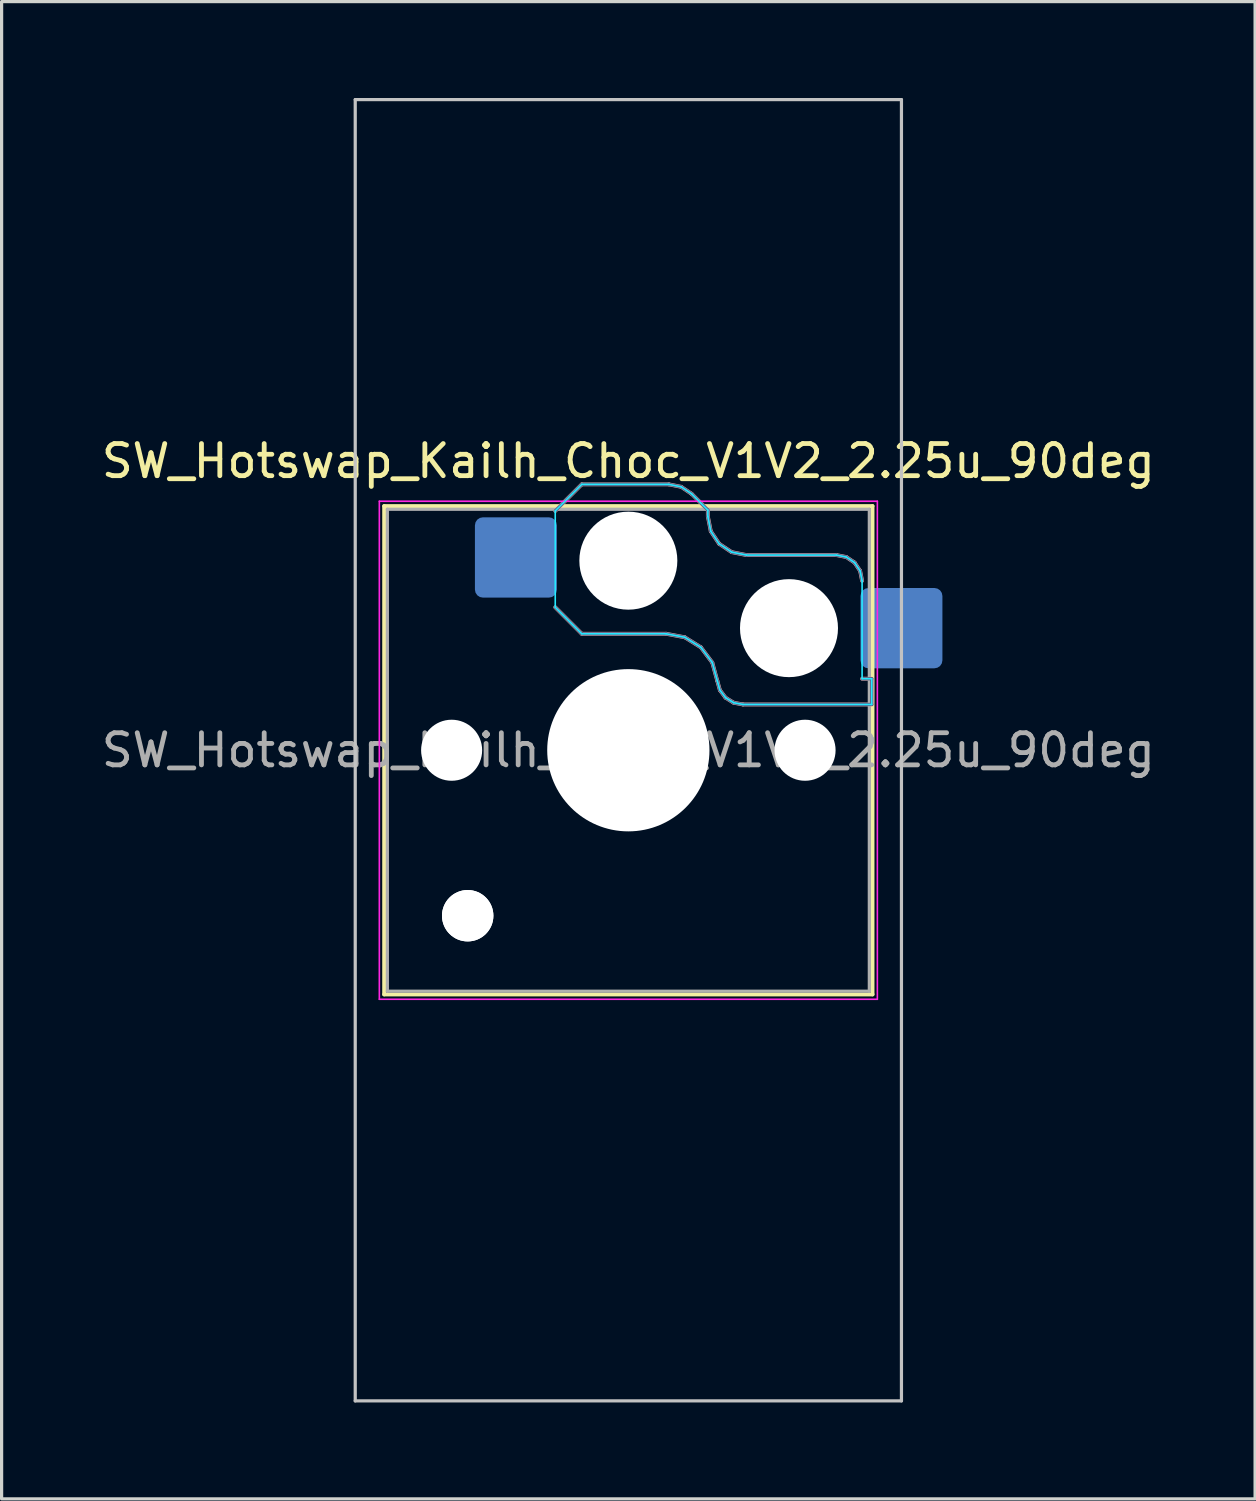
<source format=kicad_pcb>
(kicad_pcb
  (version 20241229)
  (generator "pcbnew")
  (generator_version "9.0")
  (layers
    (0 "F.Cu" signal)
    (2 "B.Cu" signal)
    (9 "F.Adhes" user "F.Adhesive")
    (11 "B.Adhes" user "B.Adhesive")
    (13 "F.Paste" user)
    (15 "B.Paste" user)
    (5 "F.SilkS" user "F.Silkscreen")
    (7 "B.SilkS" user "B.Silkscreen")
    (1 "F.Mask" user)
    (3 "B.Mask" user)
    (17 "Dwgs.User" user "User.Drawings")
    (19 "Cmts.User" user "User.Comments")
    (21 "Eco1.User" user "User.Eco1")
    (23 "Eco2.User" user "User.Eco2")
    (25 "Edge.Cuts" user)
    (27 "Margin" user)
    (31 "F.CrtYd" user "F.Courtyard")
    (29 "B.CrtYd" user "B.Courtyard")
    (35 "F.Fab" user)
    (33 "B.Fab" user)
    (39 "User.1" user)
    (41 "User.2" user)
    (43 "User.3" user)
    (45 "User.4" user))
  (footprint "SW_Hotswap_Kailh_Choc_V1V2_2.25u_90deg"
    (layer "F.Cu")
    (at 16.506 20.3)
    (property "Reference" "SW_Hotswap_Kailh_Choc_V1V2_2.25u_90deg" (at 0 -9 0) (layer "F.SilkS") (effects (font (size 1 1) (thickness 0.15))))
    (attr smd)
    (fp_line (start -7.6 -7.6) (end -7.6 7.6) (stroke (width 0.12) (type solid)) (layer "F.SilkS"))
    (fp_line (start -7.6 7.6) (end 7.6 7.6) (stroke (width 0.12) (type solid)) (layer "F.SilkS"))
    (fp_line (start 7.6 -7.6) (end -7.6 -7.6) (stroke (width 0.12) (type solid)) (layer "F.SilkS"))
    (fp_line (start 7.6 7.6) (end 7.6 -7.6) (stroke (width 0.12) (type solid)) (layer "F.SilkS"))
    (fp_line (start -2.275 -7.45) (end -1.45 -8.275) (stroke (width 0.12) (type solid)) (layer "B.SilkS"))
    (fp_line (start -1.45 -8.275) (end 1.261 -8.275) (stroke (width 0.12) (type solid)) (layer "B.SilkS"))
    (fp_line (start -1.45 -3.625) (end -2.275 -4.45) (stroke (width 0.12) (type solid)) (layer "B.SilkS"))
    (fp_line (start 1.175 -3.625) (end -1.45 -3.625) (stroke (width 0.12) (type solid)) (layer "B.SilkS"))
    (fp_line (start 1.261 -8.275) (end 1.643 -8.199) (stroke (width 0.12) (type solid)) (layer "B.SilkS"))
    (fp_line (start 1.643 -8.199) (end 1.968 -7.982) (stroke (width 0.12) (type solid)) (layer "B.SilkS"))
    (fp_line (start 1.756 -3.516) (end 1.175 -3.625) (stroke (width 0.12) (type solid)) (layer "B.SilkS"))
    (fp_line (start 1.968 -7.982) (end 2.475 -7.475) (stroke (width 0.12) (type solid)) (layer "B.SilkS"))
    (fp_line (start 2.258 -3.203) (end 1.756 -3.516) (stroke (width 0.12) (type solid)) (layer "B.SilkS"))
    (fp_line (start 2.475 -7.475) (end 2.475 -7.275) (stroke (width 0.12) (type solid)) (layer "B.SilkS"))
    (fp_line (start 2.475 -7.275) (end 2.566 -6.816) (stroke (width 0.12) (type solid)) (layer "B.SilkS"))
    (fp_line (start 2.566 -6.816) (end 2.826 -6.426) (stroke (width 0.12) (type solid)) (layer "B.SilkS"))
    (fp_line (start 2.612 -2.729) (end 2.258 -3.203) (stroke (width 0.12) (type solid)) (layer "B.SilkS"))
    (fp_line (start 2.769 -2.158) (end 2.612 -2.729) (stroke (width 0.12) (type solid)) (layer "B.SilkS"))
    (fp_line (start 2.826 -6.426) (end 3.216 -6.166) (stroke (width 0.12) (type solid)) (layer "B.SilkS"))
    (fp_line (start 2.848 -1.873) (end 2.769 -2.158) (stroke (width 0.12) (type solid)) (layer "B.SilkS"))
    (fp_line (start 3.025 -1.636) (end 2.848 -1.873) (stroke (width 0.12) (type solid)) (layer "B.SilkS"))
    (fp_line (start 3.216 -6.166) (end 3.675 -6.075) (stroke (width 0.12) (type solid)) (layer "B.SilkS"))
    (fp_line (start 3.276 -1.48) (end 3.025 -1.636) (stroke (width 0.12) (type solid)) (layer "B.SilkS"))
    (fp_line (start 3.567 -1.425) (end 3.276 -1.48) (stroke (width 0.12) (type solid)) (layer "B.SilkS"))
    (fp_line (start 3.675 -6.075) (end 6.475 -6.075) (stroke (width 0.12) (type solid)) (layer "B.SilkS"))
    (fp_line (start 6.475 -6.075) (end 6.781 -6.014) (stroke (width 0.12) (type solid)) (layer "B.SilkS"))
    (fp_line (start 6.781 -6.014) (end 7.041 -5.841) (stroke (width 0.12) (type solid)) (layer "B.SilkS"))
    (fp_line (start 7.041 -5.841) (end 7.214 -5.581) (stroke (width 0.12) (type solid)) (layer "B.SilkS"))
    (fp_line (start 7.214 -5.581) (end 7.275 -5.275) (stroke (width 0.12) (type solid)) (layer "B.SilkS"))
    (fp_line (start 7.275 -2.225) (end 7.575 -2.225) (stroke (width 0.12) (type solid)) (layer "B.SilkS"))
    (fp_line (start 7.575 -2.225) (end 7.575 -1.425) (stroke (width 0.12) (type solid)) (layer "B.SilkS"))
    (fp_line (start 7.575 -1.425) (end 3.567 -1.425) (stroke (width 0.12) (type solid)) (layer "B.SilkS"))
    (fp_line (start -8.5 -20.25) (end 8.5 -20.25) (stroke (width 0.1) (type solid)) (layer "Dwgs.User"))
    (fp_line (start -8.5 20.25) (end -8.5 -20.25) (stroke (width 0.1) (type solid)) (layer "Dwgs.User"))
    (fp_line (start 8.5 -20.25) (end 8.5 20.25) (stroke (width 0.1) (type solid)) (layer "Dwgs.User"))
    (fp_line (start 8.5 20.25) (end -8.5 20.25) (stroke (width 0.1) (type solid)) (layer "Dwgs.User"))
    (fp_line (start -7.25 -7.25) (end -7.25 7.25) (stroke (width 0.1) (type solid)) (layer "Eco1.User"))
    (fp_line (start -7.25 7.25) (end 7.25 7.25) (stroke (width 0.1) (type solid)) (layer "Eco1.User"))
    (fp_line (start 7.25 -7.25) (end -7.25 -7.25) (stroke (width 0.1) (type solid)) (layer "Eco1.User"))
    (fp_line (start 7.25 7.25) (end 7.25 -7.25) (stroke (width 0.1) (type solid)) (layer "Eco1.User"))
    (fp_line (start -2.275 -7.45) (end -1.45 -8.275) (stroke (width 0.05) (type solid)) (layer "B.CrtYd"))
    (fp_line (start -2.275 -4.45) (end -2.275 -7.45) (stroke (width 0.05) (type solid)) (layer "B.CrtYd"))
    (fp_line (start -1.45 -8.275) (end 1.261 -8.275) (stroke (width 0.05) (type solid)) (layer "B.CrtYd"))
    (fp_line (start -1.45 -3.625) (end -2.275 -4.45) (stroke (width 0.05) (type solid)) (layer "B.CrtYd"))
    (fp_line (start 1.175 -3.625) (end -1.45 -3.625) (stroke (width 0.05) (type solid)) (layer "B.CrtYd"))
    (fp_line (start 1.261 -8.275) (end 1.643 -8.199) (stroke (width 0.05) (type solid)) (layer "B.CrtYd"))
    (fp_line (start 1.643 -8.199) (end 1.968 -7.982) (stroke (width 0.05) (type solid)) (layer "B.CrtYd"))
    (fp_line (start 1.756 -3.516) (end 1.175 -3.625) (stroke (width 0.05) (type solid)) (layer "B.CrtYd"))
    (fp_line (start 1.968 -7.982) (end 2.475 -7.475) (stroke (width 0.05) (type solid)) (layer "B.CrtYd"))
    (fp_line (start 2.258 -3.203) (end 1.756 -3.516) (stroke (width 0.05) (type solid)) (layer "B.CrtYd"))
    (fp_line (start 2.475 -7.475) (end 2.475 -7.275) (stroke (width 0.05) (type solid)) (layer "B.CrtYd"))
    (fp_line (start 2.475 -7.275) (end 2.566 -6.816) (stroke (width 0.05) (type solid)) (layer "B.CrtYd"))
    (fp_line (start 2.566 -6.816) (end 2.826 -6.426) (stroke (width 0.05) (type solid)) (layer "B.CrtYd"))
    (fp_line (start 2.612 -2.729) (end 2.258 -3.203) (stroke (width 0.05) (type solid)) (layer "B.CrtYd"))
    (fp_line (start 2.769 -2.158) (end 2.612 -2.729) (stroke (width 0.05) (type solid)) (layer "B.CrtYd"))
    (fp_line (start 2.826 -6.426) (end 3.216 -6.166) (stroke (width 0.05) (type solid)) (layer "B.CrtYd"))
    (fp_line (start 2.848 -1.873) (end 2.769 -2.158) (stroke (width 0.05) (type solid)) (layer "B.CrtYd"))
    (fp_line (start 3.025 -1.636) (end 2.848 -1.873) (stroke (width 0.05) (type solid)) (layer "B.CrtYd"))
    (fp_line (start 3.216 -6.166) (end 3.675 -6.075) (stroke (width 0.05) (type solid)) (layer "B.CrtYd"))
    (fp_line (start 3.276 -1.48) (end 3.025 -1.636) (stroke (width 0.05) (type solid)) (layer "B.CrtYd"))
    (fp_line (start 3.567 -1.425) (end 3.276 -1.48) (stroke (width 0.05) (type solid)) (layer "B.CrtYd"))
    (fp_line (start 3.675 -6.075) (end 6.475 -6.075) (stroke (width 0.05) (type solid)) (layer "B.CrtYd"))
    (fp_line (start 6.475 -6.075) (end 6.781 -6.014) (stroke (width 0.05) (type solid)) (layer "B.CrtYd"))
    (fp_line (start 6.781 -6.014) (end 7.041 -5.841) (stroke (width 0.05) (type solid)) (layer "B.CrtYd"))
    (fp_line (start 7.041 -5.841) (end 7.214 -5.581) (stroke (width 0.05) (type solid)) (layer "B.CrtYd"))
    (fp_line (start 7.214 -5.581) (end 7.275 -5.275) (stroke (width 0.05) (type solid)) (layer "B.CrtYd"))
    (fp_line (start 7.275 -5.275) (end 7.275 -2.225) (stroke (width 0.05) (type solid)) (layer "B.CrtYd"))
    (fp_line (start 7.275 -2.225) (end 7.575 -2.225) (stroke (width 0.05) (type solid)) (layer "B.CrtYd"))
    (fp_line (start 7.575 -2.225) (end 7.575 -1.425) (stroke (width 0.05) (type solid)) (layer "B.CrtYd"))
    (fp_line (start 7.575 -1.425) (end 3.567 -1.425) (stroke (width 0.05) (type solid)) (layer "B.CrtYd"))
    (fp_line (start -7.75 -7.75) (end -7.75 7.75) (stroke (width 0.05) (type solid)) (layer "F.CrtYd"))
    (fp_line (start -7.75 7.75) (end 7.75 7.75) (stroke (width 0.05) (type solid)) (layer "F.CrtYd"))
    (fp_line (start 7.75 -7.75) (end -7.75 -7.75) (stroke (width 0.05) (type solid)) (layer "F.CrtYd"))
    (fp_line (start 7.75 7.75) (end 7.75 -7.75) (stroke (width 0.05) (type solid)) (layer "F.CrtYd"))
    (fp_line (start -2.275 -7.45) (end -1.45 -8.275) (stroke (width 0.1) (type solid)) (layer "B.Fab"))
    (fp_line (start -1.45 -8.275) (end 1.261 -8.275) (stroke (width 0.1) (type solid)) (layer "B.Fab"))
    (fp_line (start -1.45 -3.625) (end -2.275 -4.45) (stroke (width 0.1) (type solid)) (layer "B.Fab"))
    (fp_line (start 1.175 -3.625) (end -1.45 -3.625) (stroke (width 0.1) (type solid)) (layer "B.Fab"))
    (fp_line (start 1.261 -8.275) (end 1.643 -8.199) (stroke (width 0.1) (type solid)) (layer "B.Fab"))
    (fp_line (start 1.643 -8.199) (end 1.968 -7.982) (stroke (width 0.1) (type solid)) (layer "B.Fab"))
    (fp_line (start 1.756 -3.516) (end 1.175 -3.625) (stroke (width 0.1) (type solid)) (layer "B.Fab"))
    (fp_line (start 1.968 -7.982) (end 2.475 -7.475) (stroke (width 0.1) (type solid)) (layer "B.Fab"))
    (fp_line (start 2.258 -3.203) (end 1.756 -3.516) (stroke (width 0.1) (type solid)) (layer "B.Fab"))
    (fp_line (start 2.475 -7.475) (end 2.475 -7.275) (stroke (width 0.1) (type solid)) (layer "B.Fab"))
    (fp_line (start 2.475 -7.275) (end 2.566 -6.816) (stroke (width 0.1) (type solid)) (layer "B.Fab"))
    (fp_line (start 2.566 -6.816) (end 2.826 -6.426) (stroke (width 0.1) (type solid)) (layer "B.Fab"))
    (fp_line (start 2.612 -2.729) (end 2.258 -3.203) (stroke (width 0.1) (type solid)) (layer "B.Fab"))
    (fp_line (start 2.769 -2.158) (end 2.612 -2.729) (stroke (width 0.1) (type solid)) (layer "B.Fab"))
    (fp_line (start 2.826 -6.426) (end 3.216 -6.166) (stroke (width 0.1) (type solid)) (layer "B.Fab"))
    (fp_line (start 2.848 -1.873) (end 2.769 -2.158) (stroke (width 0.1) (type solid)) (layer "B.Fab"))
    (fp_line (start 3.025 -1.636) (end 2.848 -1.873) (stroke (width 0.1) (type solid)) (layer "B.Fab"))
    (fp_line (start 3.216 -6.166) (end 3.675 -6.075) (stroke (width 0.1) (type solid)) (layer "B.Fab"))
    (fp_line (start 3.276 -1.48) (end 3.025 -1.636) (stroke (width 0.1) (type solid)) (layer "B.Fab"))
    (fp_line (start 3.567 -1.425) (end 3.276 -1.48) (stroke (width 0.1) (type solid)) (layer "B.Fab"))
    (fp_line (start 3.675 -6.075) (end 6.475 -6.075) (stroke (width 0.1) (type solid)) (layer "B.Fab"))
    (fp_line (start 6.475 -6.075) (end 6.781 -6.014) (stroke (width 0.1) (type solid)) (layer "B.Fab"))
    (fp_line (start 6.781 -6.014) (end 7.041 -5.841) (stroke (width 0.1) (type solid)) (layer "B.Fab"))
    (fp_line (start 7.041 -5.841) (end 7.214 -5.581) (stroke (width 0.1) (type solid)) (layer "B.Fab"))
    (fp_line (start 7.214 -5.581) (end 7.275 -5.275) (stroke (width 0.1) (type solid)) (layer "B.Fab"))
    (fp_line (start 7.275 -2.225) (end 7.575 -2.225) (stroke (width 0.1) (type solid)) (layer "B.Fab"))
    (fp_line (start 7.575 -2.225) (end 7.575 -1.425) (stroke (width 0.1) (type solid)) (layer "B.Fab"))
    (fp_line (start 7.575 -1.425) (end 3.567 -1.425) (stroke (width 0.1) (type solid)) (layer "B.Fab"))
    (fp_line (start -7.5 -7.5) (end -7.5 7.5) (stroke (width 0.1) (type solid)) (layer "F.Fab"))
    (fp_line (start -7.5 7.5) (end 7.5 7.5) (stroke (width 0.1) (type solid)) (layer "F.Fab"))
    (fp_line (start 7.5 -7.5) (end -7.5 -7.5) (stroke (width 0.1) (type solid)) (layer "F.Fab"))
    (fp_line (start 7.5 7.5) (end 7.5 -7.5) (stroke (width 0.1) (type solid)) (layer "F.Fab"))
    (fp_text user "${REFERENCE}" (at 0 0 0) (layer "F.Fab") (effects (font (size 1 1) (thickness 0.15))))
    (pad "" np_thru_hole circle (at -5.5 0) (size 1.9 1.9) (drill 1.9) (layers "*.Cu" "*.Mask"))
    (pad "" np_thru_hole circle (at -5 5.15) (size 1.6 1.6) (drill 1.6) (layers "*.Cu" "*.Mask"))
    (pad "" np_thru_hole circle (at -5 5.15) (size 1.6 1.6) (drill 1.6) (layers "*.Cu" "*.Mask"))
    (pad "" np_thru_hole circle (at 0 -5.9) (size 3.05 3.05) (drill 3.05) (layers "*.Cu" "*.Mask"))
    (pad "" np_thru_hole circle (at 0 0) (size 5.05 5.05) (drill 5.05) (layers "*.Cu" "*.Mask"))
    (pad "" np_thru_hole circle (at 5 -3.8) (size 3.05 3.05) (drill 3.05) (layers "*.Cu" "*.Mask"))
    (pad "" np_thru_hole circle (at 5.5 0) (size 1.9 1.9) (drill 1.9) (layers "*.Cu" "*.Mask"))
    (pad "1" smd roundrect (at -3.5 -6) (size 2.55 2.5) (layers "B.Cu" "B.Mask" "B.Paste") (roundrect_rratio 0.1))
    (pad "2" smd roundrect (at 8.5 -3.8) (size 2.55 2.5) (layers "B.Cu" "B.Mask" "B.Paste") (roundrect_rratio 0.1)))
  (gr_rect
    (start -3 -3)
    (end 36.012 43.6)
    (stroke (width 0.1) (type default))
    (fill no)
    (layer "Edge.Cuts")))
</source>
